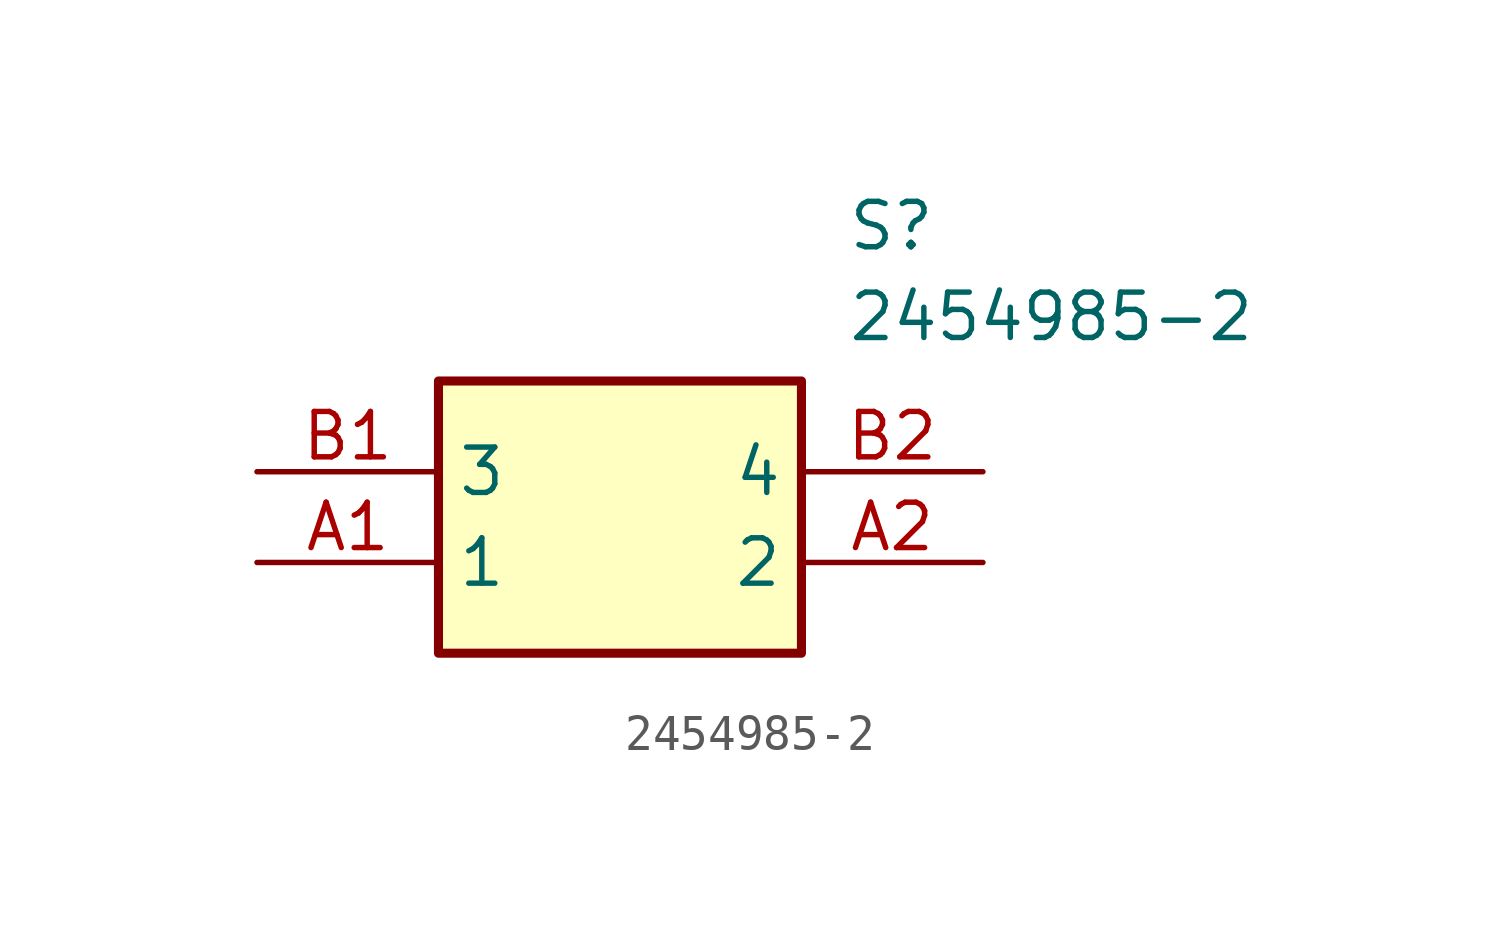
<source format=kicad_sym>
(kicad_symbol_lib
  (version 20211014)
  (generator SamacSys_ECAD_Model)
  (symbol "2454985-2"
    (property "Reference" "S"
      (at 16.51 7.62 0)
      (effects (font (size 1.27 1.27)) (justify left top)))
    (property "Value" "2454985-2"
      (at 16.51 5.08 0)
      (effects (font (size 1.27 1.27)) (justify left top)))
    (rectangle
      (start 5.08 2.54)
      (end 15.24 -5.08)
      (stroke (width 0.254) (type default))
      (fill (type background)))
    (pin passive line
      (at 0 -2.54 0)
      (length 5.08)
      (name "1" (effects (font (size 1.27 1.27))))
      (number "A1" (effects (font (size 1.27 1.27)))))
    (pin passive line
      (at 20.32 -2.54 180)
      (length 5.08)
      (name "2" (effects (font (size 1.27 1.27))))
      (number "A2" (effects (font (size 1.27 1.27)))))
    (pin passive line
      (at 0 0 0)
      (length 5.08)
      (name "3" (effects (font (size 1.27 1.27))))
      (number "B1" (effects (font (size 1.27 1.27)))))
    (pin passive line
      (at 20.32 0 180)
      (length 5.08)
      (name "4" (effects (font (size 1.27 1.27))))
      (number "B2" (effects (font (size 1.27 1.27)))))))
</source>
